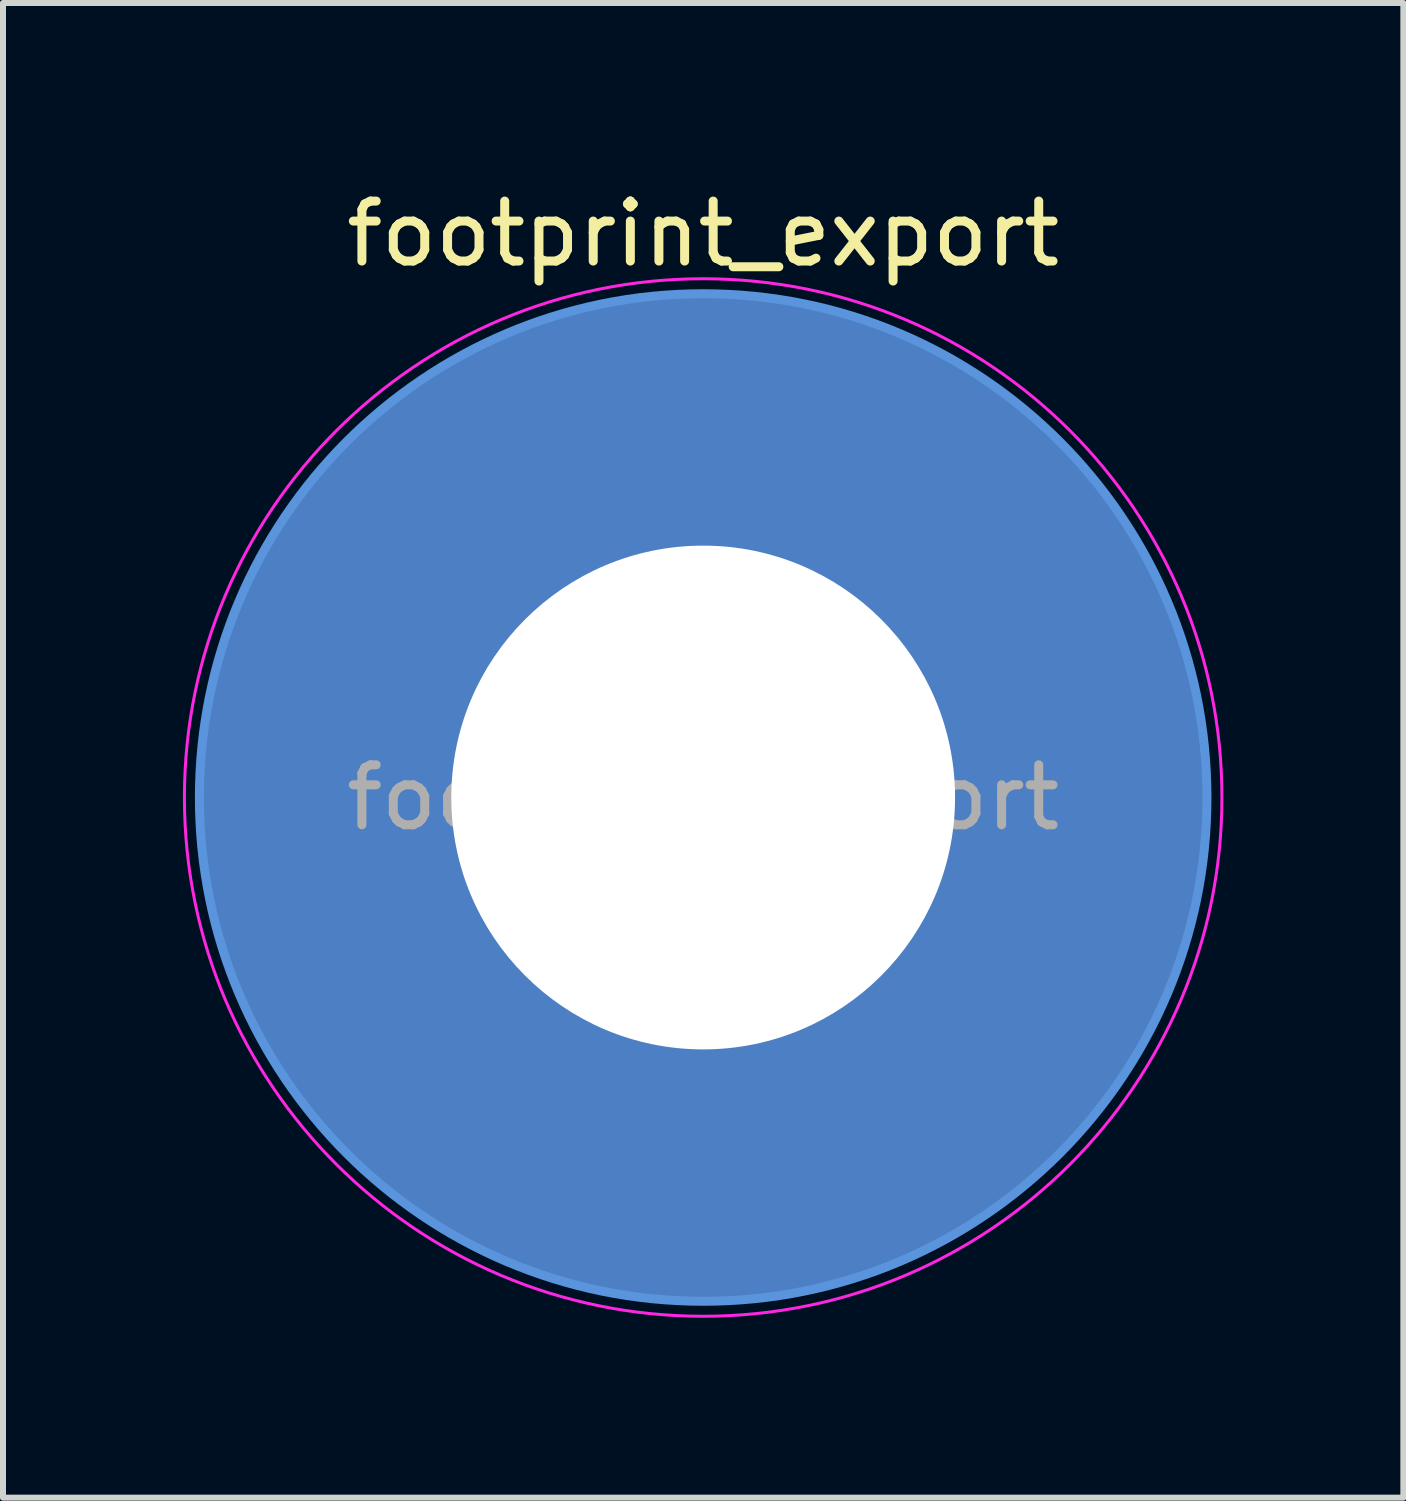
<source format=kicad_pcb>
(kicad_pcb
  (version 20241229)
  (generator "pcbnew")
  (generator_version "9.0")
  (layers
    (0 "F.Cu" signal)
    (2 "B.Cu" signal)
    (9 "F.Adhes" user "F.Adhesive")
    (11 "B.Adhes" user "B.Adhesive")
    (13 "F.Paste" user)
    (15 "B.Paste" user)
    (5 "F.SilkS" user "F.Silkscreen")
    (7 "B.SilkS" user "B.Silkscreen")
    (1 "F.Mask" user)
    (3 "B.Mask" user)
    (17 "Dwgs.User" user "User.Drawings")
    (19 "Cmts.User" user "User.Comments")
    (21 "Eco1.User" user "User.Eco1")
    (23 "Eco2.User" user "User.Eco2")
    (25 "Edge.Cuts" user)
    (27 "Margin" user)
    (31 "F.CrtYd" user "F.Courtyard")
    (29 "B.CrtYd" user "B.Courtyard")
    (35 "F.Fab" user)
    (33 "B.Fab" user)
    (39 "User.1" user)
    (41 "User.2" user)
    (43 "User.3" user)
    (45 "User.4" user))
  (footprint "footprint_export"
    (layer "F.Cu")
    (at 8.675 10.248)
    (property "Reference" "footprint_export" (at 0 -9.4 0) (layer "F.SilkS") (effects (font (size 1 1) (thickness 0.15))))
    (attr exclude_from_pos_files exclude_from_bom)
    (fp_circle (center 0 0) (end 8.4 0) (stroke (width 0.15) (type solid)) (fill no) (layer "Cmts.User"))
    (fp_circle (center 0 0) (end 8.65 0) (stroke (width 0.05) (type solid)) (fill no) (layer "F.CrtYd"))
    (fp_text user "${REFERENCE}" (at 0 0 0) (layer "F.Fab") (effects (font (size 1 1) (thickness 0.15))))
    (pad "1" thru_hole circle (at 0 0) (size 16.8 16.8) (drill 8.4) (layers "*.Cu" "*.Mask")))
  (gr_rect
    (start -3 -3)
    (end 20.35 21.923)
    (stroke (width 0.1) (type default))
    (fill no)
    (layer "Edge.Cuts")))
</source>
